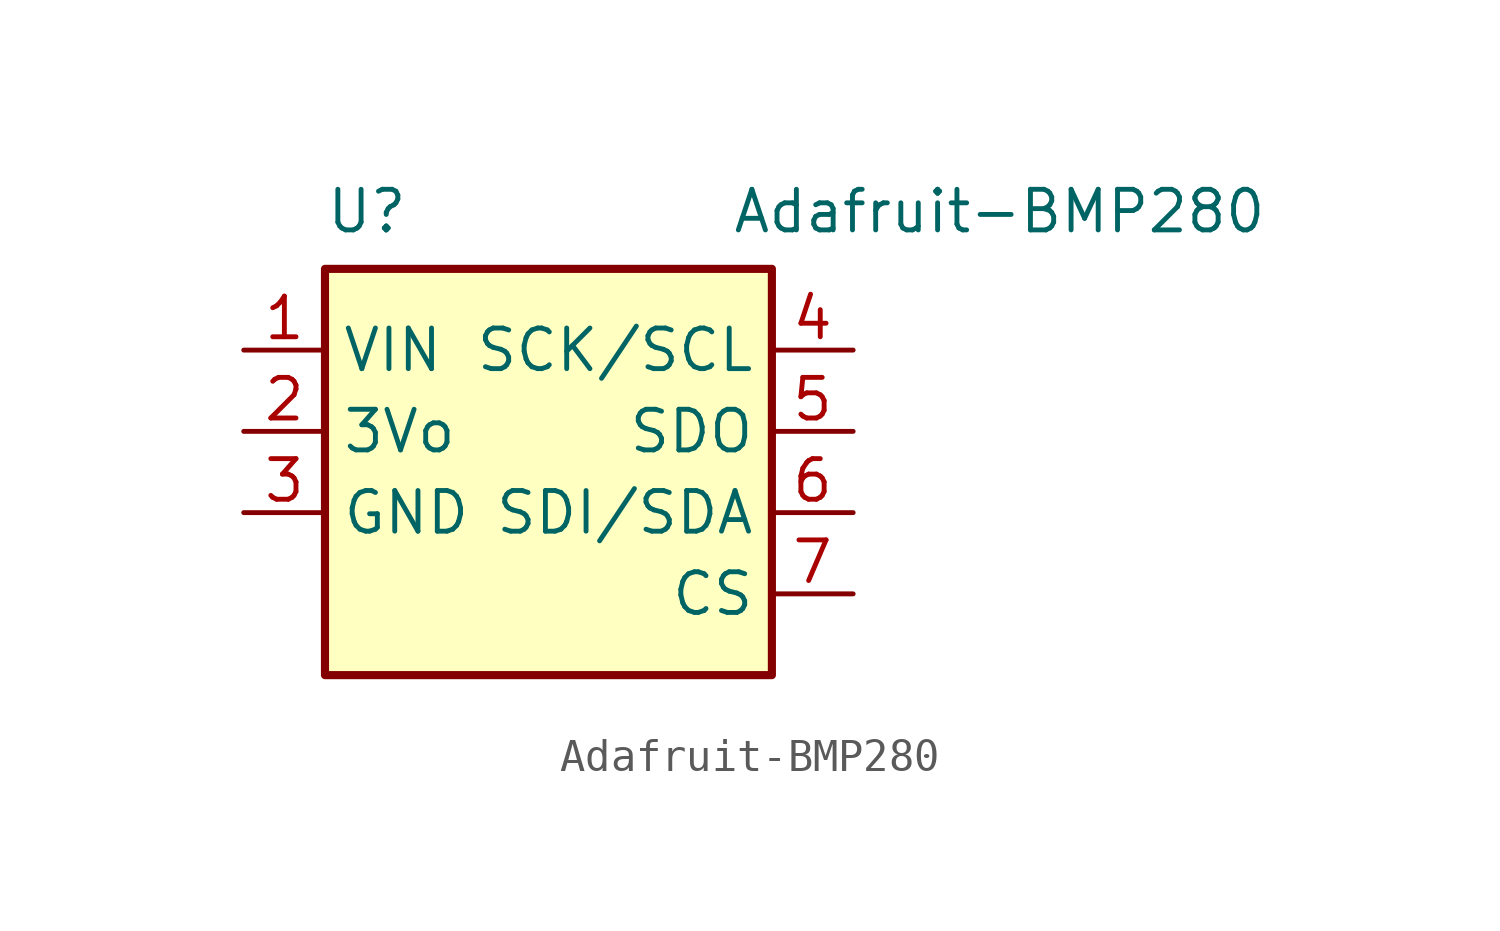
<source format=kicad_sym>
(kicad_symbol_lib
  (version 20231120)
  (generator "kicad_symbol_editor")
  (generator_version "8.0")
  (symbol "Adafruit-BMP280"
    (property "Reference" "U"
      (at -7.62 10.16 0)
      (effects (font (size 1.27 1.27)) (justify left top)))
    (property "Value" "Adafruit-BMP280"
      (at 5.08 10.16 0)
      (effects (font (size 1.27 1.27)) (justify left top)))
    (symbol "Adafruit-BMP280_0_1"
      (rectangle (start -7.62 7.62) (end 6.35 -5.08) (stroke (width 0.254) (type default)) (fill (type background))))
    (symbol "Adafruit-BMP280_1_1"
      (pin power_in line (at -10.16 5.08 0) (length 2.54) (name "VIN" (effects (font (size 1.27 1.27)))) (number "1" (effects (font (size 1.27 1.27)))))
      (pin power_out line (at -10.16 2.54 0) (length 2.54) (name "3Vo" (effects (font (size 1.27 1.27)))) (number "2" (effects (font (size 1.27 1.27)))))
      (pin power_in line (at -10.16 0 0) (length 2.54) (name "GND" (effects (font (size 1.27 1.27)))) (number "3" (effects (font (size 1.27 1.27)))))
      (pin input line (at 8.89 5.08 180) (length 2.54) (name "SCK/SCL" (effects (font (size 1.27 1.27)))) (number "4" (effects (font (size 1.27 1.27)))))
      (pin output line (at 8.89 2.54 180) (length 2.54) (name "SDO" (effects (font (size 1.27 1.27)))) (number "5" (effects (font (size 1.27 1.27)))))
      (pin bidirectional line (at 8.89 0 180) (length 2.54) (name "SDI/SDA" (effects (font (size 1.27 1.27)))) (number "6" (effects (font (size 1.27 1.27)))))
      (pin input line (at 8.89 -2.54 180) (length 2.54) (name "CS" (effects (font (size 1.27 1.27)))) (number "7" (effects (font (size 1.27 1.27))))))))
</source>
